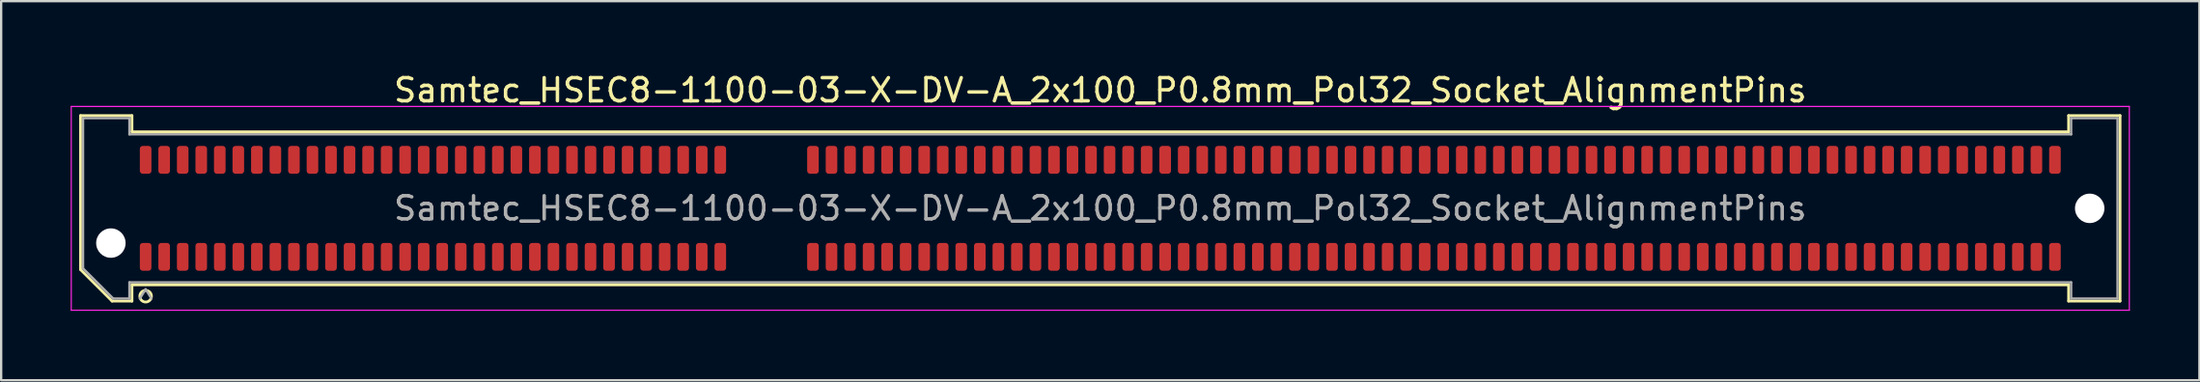
<source format=kicad_pcb>
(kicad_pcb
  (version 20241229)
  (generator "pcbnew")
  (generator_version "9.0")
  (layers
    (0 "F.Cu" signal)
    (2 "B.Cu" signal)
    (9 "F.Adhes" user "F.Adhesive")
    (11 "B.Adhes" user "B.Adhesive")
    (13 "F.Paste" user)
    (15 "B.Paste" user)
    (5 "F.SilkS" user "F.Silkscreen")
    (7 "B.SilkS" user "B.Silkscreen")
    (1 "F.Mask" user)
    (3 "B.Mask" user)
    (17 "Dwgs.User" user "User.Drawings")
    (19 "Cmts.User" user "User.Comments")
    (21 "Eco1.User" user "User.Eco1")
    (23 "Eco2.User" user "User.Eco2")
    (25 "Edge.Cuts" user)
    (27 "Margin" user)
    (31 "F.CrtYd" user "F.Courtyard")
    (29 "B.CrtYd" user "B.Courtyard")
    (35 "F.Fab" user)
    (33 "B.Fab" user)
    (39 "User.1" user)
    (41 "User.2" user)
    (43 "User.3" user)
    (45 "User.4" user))
  (footprint "Samtec_HSEC8-1100-03-X-DV-A_2x100_P0.8mm_Pol32_Socket_AlignmentPins"
    (layer "F.Cu")
    (at 44.435 5.948)
    (property "Reference" "Samtec_HSEC8-1100-03-X-DV-A_2x100_P0.8mm_Pol32_Socket_AlignmentPins" (at 0 -5.1 0) (layer "F.SilkS") (effects (font (size 1 1) (thickness 0.15))))
    (attr smd)
    (fp_line (start -44.01 -4.005) (end -41.79 -4.005) (stroke (width 0.12) (type solid)) (layer "F.SilkS"))
    (fp_line (start -44.01 2.641) (end -44.01 -4.005) (stroke (width 0.12) (type solid)) (layer "F.SilkS"))
    (fp_line (start -42.646 4.005) (end -44.01 2.641) (stroke (width 0.12) (type solid)) (layer "F.SilkS"))
    (fp_line (start -41.79 -4.005) (end -41.79 -3.305) (stroke (width 0.12) (type solid)) (layer "F.SilkS"))
    (fp_line (start -41.79 -3.305) (end 41.79 -3.305) (stroke (width 0.12) (type solid)) (layer "F.SilkS"))
    (fp_line (start -41.79 3.305) (end -41.79 4.005) (stroke (width 0.12) (type solid)) (layer "F.SilkS"))
    (fp_line (start -41.79 4.005) (end -42.646 4.005) (stroke (width 0.12) (type solid)) (layer "F.SilkS"))
    (fp_line (start 41.79 -4.005) (end 44.01 -4.005) (stroke (width 0.12) (type solid)) (layer "F.SilkS"))
    (fp_line (start 41.79 -3.305) (end 41.79 -4.005) (stroke (width 0.12) (type solid)) (layer "F.SilkS"))
    (fp_line (start 41.79 3.305) (end -41.79 3.305) (stroke (width 0.12) (type solid)) (layer "F.SilkS"))
    (fp_line (start 41.79 4.005) (end 41.79 3.305) (stroke (width 0.12) (type solid)) (layer "F.SilkS"))
    (fp_line (start 44.01 -4.005) (end 44.01 4.005) (stroke (width 0.12) (type solid)) (layer "F.SilkS"))
    (fp_line (start 44.01 4.005) (end 41.79 4.005) (stroke (width 0.12) (type solid)) (layer "F.SilkS"))
    (fp_arc (start -40.95 3.795) (mid -41.45 3.795) (end -40.95 3.795) (stroke (width 0.12) (type solid)) (layer "F.SilkS"))
    (fp_line (start -44.41 -4.4) (end -44.41 4.4) (stroke (width 0.05) (type solid)) (layer "F.CrtYd"))
    (fp_line (start -44.41 4.4) (end 44.41 4.4) (stroke (width 0.05) (type solid)) (layer "F.CrtYd"))
    (fp_line (start 44.41 -4.4) (end -44.41 -4.4) (stroke (width 0.05) (type solid)) (layer "F.CrtYd"))
    (fp_line (start 44.41 4.4) (end 44.41 -4.4) (stroke (width 0.05) (type solid)) (layer "F.CrtYd"))
    (fp_line (start -43.9 -3.895) (end -41.9 -3.895) (stroke (width 0.1) (type solid)) (layer "F.Fab"))
    (fp_line (start -43.9 2.595) (end -43.9 -3.895) (stroke (width 0.1) (type solid)) (layer "F.Fab"))
    (fp_line (start -42.6 3.895) (end -43.9 2.595) (stroke (width 0.1) (type solid)) (layer "F.Fab"))
    (fp_line (start -41.9 -3.895) (end -41.9 -3.195) (stroke (width 0.1) (type solid)) (layer "F.Fab"))
    (fp_line (start -41.9 -3.195) (end 41.9 -3.195) (stroke (width 0.1) (type solid)) (layer "F.Fab"))
    (fp_line (start -41.9 3.195) (end -41.9 3.895) (stroke (width 0.1) (type solid)) (layer "F.Fab"))
    (fp_line (start -41.9 3.895) (end -42.6 3.895) (stroke (width 0.1) (type solid)) (layer "F.Fab"))
    (fp_line (start -41.2 3.495) (end -41.45 3.895) (stroke (width 0.1) (type solid)) (layer "F.Fab"))
    (fp_line (start -41.2 3.495) (end -40.95 3.895) (stroke (width 0.1) (type solid)) (layer "F.Fab"))
    (fp_line (start 41.9 -3.895) (end 43.9 -3.895) (stroke (width 0.1) (type solid)) (layer "F.Fab"))
    (fp_line (start 41.9 -3.195) (end 41.9 -3.895) (stroke (width 0.1) (type solid)) (layer "F.Fab"))
    (fp_line (start 41.9 3.195) (end -41.9 3.195) (stroke (width 0.1) (type solid)) (layer "F.Fab"))
    (fp_line (start 41.9 3.895) (end 41.9 3.195) (stroke (width 0.1) (type solid)) (layer "F.Fab"))
    (fp_line (start 43.9 -3.895) (end 43.9 3.895) (stroke (width 0.1) (type solid)) (layer "F.Fab"))
    (fp_line (start 43.9 3.895) (end 41.9 3.895) (stroke (width 0.1) (type solid)) (layer "F.Fab"))
    (fp_text user "${REFERENCE}" (at 0 0 0) (layer "F.Fab") (effects (font (size 1 1) (thickness 0.15))))
    (pad "" np_thru_hole circle (at -42.7 1.5) (size 1.27 1.27) (drill 1.27) (layers "*.Cu" "*.Mask"))
    (pad "" np_thru_hole circle (at 42.7 0) (size 1.27 1.27) (drill 1.27) (layers "*.Cu" "*.Mask"))
    (pad "1" smd roundrect (at -41.2 2.095) (size 0.5 1.2) (layers "F.Cu" "F.Mask" "F.Paste") (roundrect_rratio 0.25))
    (pad "2" smd roundrect (at -41.2 -2.095) (size 0.5 1.2) (layers "F.Cu" "F.Mask" "F.Paste") (roundrect_rratio 0.25))
    (pad "3" smd roundrect (at -40.4 2.095) (size 0.5 1.2) (layers "F.Cu" "F.Mask" "F.Paste") (roundrect_rratio 0.25))
    (pad "4" smd roundrect (at -40.4 -2.095) (size 0.5 1.2) (layers "F.Cu" "F.Mask" "F.Paste") (roundrect_rratio 0.25))
    (pad "5" smd roundrect (at -39.6 2.095) (size 0.5 1.2) (layers "F.Cu" "F.Mask" "F.Paste") (roundrect_rratio 0.25))
    (pad "6" smd roundrect (at -39.6 -2.095) (size 0.5 1.2) (layers "F.Cu" "F.Mask" "F.Paste") (roundrect_rratio 0.25))
    (pad "7" smd roundrect (at -38.8 2.095) (size 0.5 1.2) (layers "F.Cu" "F.Mask" "F.Paste") (roundrect_rratio 0.25))
    (pad "8" smd roundrect (at -38.8 -2.095) (size 0.5 1.2) (layers "F.Cu" "F.Mask" "F.Paste") (roundrect_rratio 0.25))
    (pad "9" smd roundrect (at -38 2.095) (size 0.5 1.2) (layers "F.Cu" "F.Mask" "F.Paste") (roundrect_rratio 0.25))
    (pad "10" smd roundrect (at -38 -2.095) (size 0.5 1.2) (layers "F.Cu" "F.Mask" "F.Paste") (roundrect_rratio 0.25))
    (pad "11" smd roundrect (at -37.2 2.095) (size 0.5 1.2) (layers "F.Cu" "F.Mask" "F.Paste") (roundrect_rratio 0.25))
    (pad "12" smd roundrect (at -37.2 -2.095) (size 0.5 1.2) (layers "F.Cu" "F.Mask" "F.Paste") (roundrect_rratio 0.25))
    (pad "13" smd roundrect (at -36.4 2.095) (size 0.5 1.2) (layers "F.Cu" "F.Mask" "F.Paste") (roundrect_rratio 0.25))
    (pad "14" smd roundrect (at -36.4 -2.095) (size 0.5 1.2) (layers "F.Cu" "F.Mask" "F.Paste") (roundrect_rratio 0.25))
    (pad "15" smd roundrect (at -35.6 2.095) (size 0.5 1.2) (layers "F.Cu" "F.Mask" "F.Paste") (roundrect_rratio 0.25))
    (pad "16" smd roundrect (at -35.6 -2.095) (size 0.5 1.2) (layers "F.Cu" "F.Mask" "F.Paste") (roundrect_rratio 0.25))
    (pad "17" smd roundrect (at -34.8 2.095) (size 0.5 1.2) (layers "F.Cu" "F.Mask" "F.Paste") (roundrect_rratio 0.25))
    (pad "18" smd roundrect (at -34.8 -2.095) (size 0.5 1.2) (layers "F.Cu" "F.Mask" "F.Paste") (roundrect_rratio 0.25))
    (pad "19" smd roundrect (at -34 2.095) (size 0.5 1.2) (layers "F.Cu" "F.Mask" "F.Paste") (roundrect_rratio 0.25))
    (pad "20" smd roundrect (at -34 -2.095) (size 0.5 1.2) (layers "F.Cu" "F.Mask" "F.Paste") (roundrect_rratio 0.25))
    (pad "21" smd roundrect (at -33.2 2.095) (size 0.5 1.2) (layers "F.Cu" "F.Mask" "F.Paste") (roundrect_rratio 0.25))
    (pad "22" smd roundrect (at -33.2 -2.095) (size 0.5 1.2) (layers "F.Cu" "F.Mask" "F.Paste") (roundrect_rratio 0.25))
    (pad "23" smd roundrect (at -32.4 2.095) (size 0.5 1.2) (layers "F.Cu" "F.Mask" "F.Paste") (roundrect_rratio 0.25))
    (pad "24" smd roundrect (at -32.4 -2.095) (size 0.5 1.2) (layers "F.Cu" "F.Mask" "F.Paste") (roundrect_rratio 0.25))
    (pad "25" smd roundrect (at -31.6 2.095) (size 0.5 1.2) (layers "F.Cu" "F.Mask" "F.Paste") (roundrect_rratio 0.25))
    (pad "26" smd roundrect (at -31.6 -2.095) (size 0.5 1.2) (layers "F.Cu" "F.Mask" "F.Paste") (roundrect_rratio 0.25))
    (pad "27" smd roundrect (at -30.8 2.095) (size 0.5 1.2) (layers "F.Cu" "F.Mask" "F.Paste") (roundrect_rratio 0.25))
    (pad "28" smd roundrect (at -30.8 -2.095) (size 0.5 1.2) (layers "F.Cu" "F.Mask" "F.Paste") (roundrect_rratio 0.25))
    (pad "29" smd roundrect (at -30 2.095) (size 0.5 1.2) (layers "F.Cu" "F.Mask" "F.Paste") (roundrect_rratio 0.25))
    (pad "30" smd roundrect (at -30 -2.095) (size 0.5 1.2) (layers "F.Cu" "F.Mask" "F.Paste") (roundrect_rratio 0.25))
    (pad "31" smd roundrect (at -29.2 2.095) (size 0.5 1.2) (layers "F.Cu" "F.Mask" "F.Paste") (roundrect_rratio 0.25))
    (pad "32" smd roundrect (at -29.2 -2.095) (size 0.5 1.2) (layers "F.Cu" "F.Mask" "F.Paste") (roundrect_rratio 0.25))
    (pad "33" smd roundrect (at -28.4 2.095) (size 0.5 1.2) (layers "F.Cu" "F.Mask" "F.Paste") (roundrect_rratio 0.25))
    (pad "34" smd roundrect (at -28.4 -2.095) (size 0.5 1.2) (layers "F.Cu" "F.Mask" "F.Paste") (roundrect_rratio 0.25))
    (pad "35" smd roundrect (at -27.6 2.095) (size 0.5 1.2) (layers "F.Cu" "F.Mask" "F.Paste") (roundrect_rratio 0.25))
    (pad "36" smd roundrect (at -27.6 -2.095) (size 0.5 1.2) (layers "F.Cu" "F.Mask" "F.Paste") (roundrect_rratio 0.25))
    (pad "37" smd roundrect (at -26.8 2.095) (size 0.5 1.2) (layers "F.Cu" "F.Mask" "F.Paste") (roundrect_rratio 0.25))
    (pad "38" smd roundrect (at -26.8 -2.095) (size 0.5 1.2) (layers "F.Cu" "F.Mask" "F.Paste") (roundrect_rratio 0.25))
    (pad "39" smd roundrect (at -26 2.095) (size 0.5 1.2) (layers "F.Cu" "F.Mask" "F.Paste") (roundrect_rratio 0.25))
    (pad "40" smd roundrect (at -26 -2.095) (size 0.5 1.2) (layers "F.Cu" "F.Mask" "F.Paste") (roundrect_rratio 0.25))
    (pad "41" smd roundrect (at -25.2 2.095) (size 0.5 1.2) (layers "F.Cu" "F.Mask" "F.Paste") (roundrect_rratio 0.25))
    (pad "42" smd roundrect (at -25.2 -2.095) (size 0.5 1.2) (layers "F.Cu" "F.Mask" "F.Paste") (roundrect_rratio 0.25))
    (pad "43" smd roundrect (at -24.4 2.095) (size 0.5 1.2) (layers "F.Cu" "F.Mask" "F.Paste") (roundrect_rratio 0.25))
    (pad "44" smd roundrect (at -24.4 -2.095) (size 0.5 1.2) (layers "F.Cu" "F.Mask" "F.Paste") (roundrect_rratio 0.25))
    (pad "45" smd roundrect (at -23.6 2.095) (size 0.5 1.2) (layers "F.Cu" "F.Mask" "F.Paste") (roundrect_rratio 0.25))
    (pad "46" smd roundrect (at -23.6 -2.095) (size 0.5 1.2) (layers "F.Cu" "F.Mask" "F.Paste") (roundrect_rratio 0.25))
    (pad "47" smd roundrect (at -22.8 2.095) (size 0.5 1.2) (layers "F.Cu" "F.Mask" "F.Paste") (roundrect_rratio 0.25))
    (pad "48" smd roundrect (at -22.8 -2.095) (size 0.5 1.2) (layers "F.Cu" "F.Mask" "F.Paste") (roundrect_rratio 0.25))
    (pad "49" smd roundrect (at -22 2.095) (size 0.5 1.2) (layers "F.Cu" "F.Mask" "F.Paste") (roundrect_rratio 0.25))
    (pad "50" smd roundrect (at -22 -2.095) (size 0.5 1.2) (layers "F.Cu" "F.Mask" "F.Paste") (roundrect_rratio 0.25))
    (pad "51" smd roundrect (at -21.2 2.095) (size 0.5 1.2) (layers "F.Cu" "F.Mask" "F.Paste") (roundrect_rratio 0.25))
    (pad "52" smd roundrect (at -21.2 -2.095) (size 0.5 1.2) (layers "F.Cu" "F.Mask" "F.Paste") (roundrect_rratio 0.25))
    (pad "53" smd roundrect (at -20.4 2.095) (size 0.5 1.2) (layers "F.Cu" "F.Mask" "F.Paste") (roundrect_rratio 0.25))
    (pad "54" smd roundrect (at -20.4 -2.095) (size 0.5 1.2) (layers "F.Cu" "F.Mask" "F.Paste") (roundrect_rratio 0.25))
    (pad "55" smd roundrect (at -19.6 2.095) (size 0.5 1.2) (layers "F.Cu" "F.Mask" "F.Paste") (roundrect_rratio 0.25))
    (pad "56" smd roundrect (at -19.6 -2.095) (size 0.5 1.2) (layers "F.Cu" "F.Mask" "F.Paste") (roundrect_rratio 0.25))
    (pad "57" smd roundrect (at -18.8 2.095) (size 0.5 1.2) (layers "F.Cu" "F.Mask" "F.Paste") (roundrect_rratio 0.25))
    (pad "58" smd roundrect (at -18.8 -2.095) (size 0.5 1.2) (layers "F.Cu" "F.Mask" "F.Paste") (roundrect_rratio 0.25))
    (pad "59" smd roundrect (at -18 2.095) (size 0.5 1.2) (layers "F.Cu" "F.Mask" "F.Paste") (roundrect_rratio 0.25))
    (pad "60" smd roundrect (at -18 -2.095) (size 0.5 1.2) (layers "F.Cu" "F.Mask" "F.Paste") (roundrect_rratio 0.25))
    (pad "61" smd roundrect (at -17.2 2.095) (size 0.5 1.2) (layers "F.Cu" "F.Mask" "F.Paste") (roundrect_rratio 0.25))
    (pad "62" smd roundrect (at -17.2 -2.095) (size 0.5 1.2) (layers "F.Cu" "F.Mask" "F.Paste") (roundrect_rratio 0.25))
    (pad "63" smd roundrect (at -16.4 2.095) (size 0.5 1.2) (layers "F.Cu" "F.Mask" "F.Paste") (roundrect_rratio 0.25))
    (pad "64" smd roundrect (at -16.4 -2.095) (size 0.5 1.2) (layers "F.Cu" "F.Mask" "F.Paste") (roundrect_rratio 0.25))
    (pad "65" smd roundrect (at -12.4 2.095) (size 0.5 1.2) (layers "F.Cu" "F.Mask" "F.Paste") (roundrect_rratio 0.25))
    (pad "66" smd roundrect (at -12.4 -2.095) (size 0.5 1.2) (layers "F.Cu" "F.Mask" "F.Paste") (roundrect_rratio 0.25))
    (pad "67" smd roundrect (at -11.6 2.095) (size 0.5 1.2) (layers "F.Cu" "F.Mask" "F.Paste") (roundrect_rratio 0.25))
    (pad "68" smd roundrect (at -11.6 -2.095) (size 0.5 1.2) (layers "F.Cu" "F.Mask" "F.Paste") (roundrect_rratio 0.25))
    (pad "69" smd roundrect (at -10.8 2.095) (size 0.5 1.2) (layers "F.Cu" "F.Mask" "F.Paste") (roundrect_rratio 0.25))
    (pad "70" smd roundrect (at -10.8 -2.095) (size 0.5 1.2) (layers "F.Cu" "F.Mask" "F.Paste") (roundrect_rratio 0.25))
    (pad "71" smd roundrect (at -10 2.095) (size 0.5 1.2) (layers "F.Cu" "F.Mask" "F.Paste") (roundrect_rratio 0.25))
    (pad "72" smd roundrect (at -10 -2.095) (size 0.5 1.2) (layers "F.Cu" "F.Mask" "F.Paste") (roundrect_rratio 0.25))
    (pad "73" smd roundrect (at -9.2 2.095) (size 0.5 1.2) (layers "F.Cu" "F.Mask" "F.Paste") (roundrect_rratio 0.25))
    (pad "74" smd roundrect (at -9.2 -2.095) (size 0.5 1.2) (layers "F.Cu" "F.Mask" "F.Paste") (roundrect_rratio 0.25))
    (pad "75" smd roundrect (at -8.4 2.095) (size 0.5 1.2) (layers "F.Cu" "F.Mask" "F.Paste") (roundrect_rratio 0.25))
    (pad "76" smd roundrect (at -8.4 -2.095) (size 0.5 1.2) (layers "F.Cu" "F.Mask" "F.Paste") (roundrect_rratio 0.25))
    (pad "77" smd roundrect (at -7.6 2.095) (size 0.5 1.2) (layers "F.Cu" "F.Mask" "F.Paste") (roundrect_rratio 0.25))
    (pad "78" smd roundrect (at -7.6 -2.095) (size 0.5 1.2) (layers "F.Cu" "F.Mask" "F.Paste") (roundrect_rratio 0.25))
    (pad "79" smd roundrect (at -6.8 2.095) (size 0.5 1.2) (layers "F.Cu" "F.Mask" "F.Paste") (roundrect_rratio 0.25))
    (pad "80" smd roundrect (at -6.8 -2.095) (size 0.5 1.2) (layers "F.Cu" "F.Mask" "F.Paste") (roundrect_rratio 0.25))
    (pad "81" smd roundrect (at -6 2.095) (size 0.5 1.2) (layers "F.Cu" "F.Mask" "F.Paste") (roundrect_rratio 0.25))
    (pad "82" smd roundrect (at -6 -2.095) (size 0.5 1.2) (layers "F.Cu" "F.Mask" "F.Paste") (roundrect_rratio 0.25))
    (pad "83" smd roundrect (at -5.2 2.095) (size 0.5 1.2) (layers "F.Cu" "F.Mask" "F.Paste") (roundrect_rratio 0.25))
    (pad "84" smd roundrect (at -5.2 -2.095) (size 0.5 1.2) (layers "F.Cu" "F.Mask" "F.Paste") (roundrect_rratio 0.25))
    (pad "85" smd roundrect (at -4.4 2.095) (size 0.5 1.2) (layers "F.Cu" "F.Mask" "F.Paste") (roundrect_rratio 0.25))
    (pad "86" smd roundrect (at -4.4 -2.095) (size 0.5 1.2) (layers "F.Cu" "F.Mask" "F.Paste") (roundrect_rratio 0.25))
    (pad "87" smd roundrect (at -3.6 2.095) (size 0.5 1.2) (layers "F.Cu" "F.Mask" "F.Paste") (roundrect_rratio 0.25))
    (pad "88" smd roundrect (at -3.6 -2.095) (size 0.5 1.2) (layers "F.Cu" "F.Mask" "F.Paste") (roundrect_rratio 0.25))
    (pad "89" smd roundrect (at -2.8 2.095) (size 0.5 1.2) (layers "F.Cu" "F.Mask" "F.Paste") (roundrect_rratio 0.25))
    (pad "90" smd roundrect (at -2.8 -2.095) (size 0.5 1.2) (layers "F.Cu" "F.Mask" "F.Paste") (roundrect_rratio 0.25))
    (pad "91" smd roundrect (at -2 2.095) (size 0.5 1.2) (layers "F.Cu" "F.Mask" "F.Paste") (roundrect_rratio 0.25))
    (pad "92" smd roundrect (at -2 -2.095) (size 0.5 1.2) (layers "F.Cu" "F.Mask" "F.Paste") (roundrect_rratio 0.25))
    (pad "93" smd roundrect (at -1.2 2.095) (size 0.5 1.2) (layers "F.Cu" "F.Mask" "F.Paste") (roundrect_rratio 0.25))
    (pad "94" smd roundrect (at -1.2 -2.095) (size 0.5 1.2) (layers "F.Cu" "F.Mask" "F.Paste") (roundrect_rratio 0.25))
    (pad "95" smd roundrect (at -0.4 2.095) (size 0.5 1.2) (layers "F.Cu" "F.Mask" "F.Paste") (roundrect_rratio 0.25))
    (pad "96" smd roundrect (at -0.4 -2.095) (size 0.5 1.2) (layers "F.Cu" "F.Mask" "F.Paste") (roundrect_rratio 0.25))
    (pad "97" smd roundrect (at 0.4 2.095) (size 0.5 1.2) (layers "F.Cu" "F.Mask" "F.Paste") (roundrect_rratio 0.25))
    (pad "98" smd roundrect (at 0.4 -2.095) (size 0.5 1.2) (layers "F.Cu" "F.Mask" "F.Paste") (roundrect_rratio 0.25))
    (pad "99" smd roundrect (at 1.2 2.095) (size 0.5 1.2) (layers "F.Cu" "F.Mask" "F.Paste") (roundrect_rratio 0.25))
    (pad "100" smd roundrect (at 1.2 -2.095) (size 0.5 1.2) (layers "F.Cu" "F.Mask" "F.Paste") (roundrect_rratio 0.25))
    (pad "101" smd roundrect (at 2 2.095) (size 0.5 1.2) (layers "F.Cu" "F.Mask" "F.Paste") (roundrect_rratio 0.25))
    (pad "102" smd roundrect (at 2 -2.095) (size 0.5 1.2) (layers "F.Cu" "F.Mask" "F.Paste") (roundrect_rratio 0.25))
    (pad "103" smd roundrect (at 2.8 2.095) (size 0.5 1.2) (layers "F.Cu" "F.Mask" "F.Paste") (roundrect_rratio 0.25))
    (pad "104" smd roundrect (at 2.8 -2.095) (size 0.5 1.2) (layers "F.Cu" "F.Mask" "F.Paste") (roundrect_rratio 0.25))
    (pad "105" smd roundrect (at 3.6 2.095) (size 0.5 1.2) (layers "F.Cu" "F.Mask" "F.Paste") (roundrect_rratio 0.25))
    (pad "106" smd roundrect (at 3.6 -2.095) (size 0.5 1.2) (layers "F.Cu" "F.Mask" "F.Paste") (roundrect_rratio 0.25))
    (pad "107" smd roundrect (at 4.4 2.095) (size 0.5 1.2) (layers "F.Cu" "F.Mask" "F.Paste") (roundrect_rratio 0.25))
    (pad "108" smd roundrect (at 4.4 -2.095) (size 0.5 1.2) (layers "F.Cu" "F.Mask" "F.Paste") (roundrect_rratio 0.25))
    (pad "109" smd roundrect (at 5.2 2.095) (size 0.5 1.2) (layers "F.Cu" "F.Mask" "F.Paste") (roundrect_rratio 0.25))
    (pad "110" smd roundrect (at 5.2 -2.095) (size 0.5 1.2) (layers "F.Cu" "F.Mask" "F.Paste") (roundrect_rratio 0.25))
    (pad "111" smd roundrect (at 6 2.095) (size 0.5 1.2) (layers "F.Cu" "F.Mask" "F.Paste") (roundrect_rratio 0.25))
    (pad "112" smd roundrect (at 6 -2.095) (size 0.5 1.2) (layers "F.Cu" "F.Mask" "F.Paste") (roundrect_rratio 0.25))
    (pad "113" smd roundrect (at 6.8 2.095) (size 0.5 1.2) (layers "F.Cu" "F.Mask" "F.Paste") (roundrect_rratio 0.25))
    (pad "114" smd roundrect (at 6.8 -2.095) (size 0.5 1.2) (layers "F.Cu" "F.Mask" "F.Paste") (roundrect_rratio 0.25))
    (pad "115" smd roundrect (at 7.6 2.095) (size 0.5 1.2) (layers "F.Cu" "F.Mask" "F.Paste") (roundrect_rratio 0.25))
    (pad "116" smd roundrect (at 7.6 -2.095) (size 0.5 1.2) (layers "F.Cu" "F.Mask" "F.Paste") (roundrect_rratio 0.25))
    (pad "117" smd roundrect (at 8.4 2.095) (size 0.5 1.2) (layers "F.Cu" "F.Mask" "F.Paste") (roundrect_rratio 0.25))
    (pad "118" smd roundrect (at 8.4 -2.095) (size 0.5 1.2) (layers "F.Cu" "F.Mask" "F.Paste") (roundrect_rratio 0.25))
    (pad "119" smd roundrect (at 9.2 2.095) (size 0.5 1.2) (layers "F.Cu" "F.Mask" "F.Paste") (roundrect_rratio 0.25))
    (pad "120" smd roundrect (at 9.2 -2.095) (size 0.5 1.2) (layers "F.Cu" "F.Mask" "F.Paste") (roundrect_rratio 0.25))
    (pad "121" smd roundrect (at 10 2.095) (size 0.5 1.2) (layers "F.Cu" "F.Mask" "F.Paste") (roundrect_rratio 0.25))
    (pad "122" smd roundrect (at 10 -2.095) (size 0.5 1.2) (layers "F.Cu" "F.Mask" "F.Paste") (roundrect_rratio 0.25))
    (pad "123" smd roundrect (at 10.8 2.095) (size 0.5 1.2) (layers "F.Cu" "F.Mask" "F.Paste") (roundrect_rratio 0.25))
    (pad "124" smd roundrect (at 10.8 -2.095) (size 0.5 1.2) (layers "F.Cu" "F.Mask" "F.Paste") (roundrect_rratio 0.25))
    (pad "125" smd roundrect (at 11.6 2.095) (size 0.5 1.2) (layers "F.Cu" "F.Mask" "F.Paste") (roundrect_rratio 0.25))
    (pad "126" smd roundrect (at 11.6 -2.095) (size 0.5 1.2) (layers "F.Cu" "F.Mask" "F.Paste") (roundrect_rratio 0.25))
    (pad "127" smd roundrect (at 12.4 2.095) (size 0.5 1.2) (layers "F.Cu" "F.Mask" "F.Paste") (roundrect_rratio 0.25))
    (pad "128" smd roundrect (at 12.4 -2.095) (size 0.5 1.2) (layers "F.Cu" "F.Mask" "F.Paste") (roundrect_rratio 0.25))
    (pad "129" smd roundrect (at 13.2 2.095) (size 0.5 1.2) (layers "F.Cu" "F.Mask" "F.Paste") (roundrect_rratio 0.25))
    (pad "130" smd roundrect (at 13.2 -2.095) (size 0.5 1.2) (layers "F.Cu" "F.Mask" "F.Paste") (roundrect_rratio 0.25))
    (pad "131" smd roundrect (at 14 2.095) (size 0.5 1.2) (layers "F.Cu" "F.Mask" "F.Paste") (roundrect_rratio 0.25))
    (pad "132" smd roundrect (at 14 -2.095) (size 0.5 1.2) (layers "F.Cu" "F.Mask" "F.Paste") (roundrect_rratio 0.25))
    (pad "133" smd roundrect (at 14.8 2.095) (size 0.5 1.2) (layers "F.Cu" "F.Mask" "F.Paste") (roundrect_rratio 0.25))
    (pad "134" smd roundrect (at 14.8 -2.095) (size 0.5 1.2) (layers "F.Cu" "F.Mask" "F.Paste") (roundrect_rratio 0.25))
    (pad "135" smd roundrect (at 15.6 2.095) (size 0.5 1.2) (layers "F.Cu" "F.Mask" "F.Paste") (roundrect_rratio 0.25))
    (pad "136" smd roundrect (at 15.6 -2.095) (size 0.5 1.2) (layers "F.Cu" "F.Mask" "F.Paste") (roundrect_rratio 0.25))
    (pad "137" smd roundrect (at 16.4 2.095) (size 0.5 1.2) (layers "F.Cu" "F.Mask" "F.Paste") (roundrect_rratio 0.25))
    (pad "138" smd roundrect (at 16.4 -2.095) (size 0.5 1.2) (layers "F.Cu" "F.Mask" "F.Paste") (roundrect_rratio 0.25))
    (pad "139" smd roundrect (at 17.2 2.095) (size 0.5 1.2) (layers "F.Cu" "F.Mask" "F.Paste") (roundrect_rratio 0.25))
    (pad "140" smd roundrect (at 17.2 -2.095) (size 0.5 1.2) (layers "F.Cu" "F.Mask" "F.Paste") (roundrect_rratio 0.25))
    (pad "141" smd roundrect (at 18 2.095) (size 0.5 1.2) (layers "F.Cu" "F.Mask" "F.Paste") (roundrect_rratio 0.25))
    (pad "142" smd roundrect (at 18 -2.095) (size 0.5 1.2) (layers "F.Cu" "F.Mask" "F.Paste") (roundrect_rratio 0.25))
    (pad "143" smd roundrect (at 18.8 2.095) (size 0.5 1.2) (layers "F.Cu" "F.Mask" "F.Paste") (roundrect_rratio 0.25))
    (pad "144" smd roundrect (at 18.8 -2.095) (size 0.5 1.2) (layers "F.Cu" "F.Mask" "F.Paste") (roundrect_rratio 0.25))
    (pad "145" smd roundrect (at 19.6 2.095) (size 0.5 1.2) (layers "F.Cu" "F.Mask" "F.Paste") (roundrect_rratio 0.25))
    (pad "146" smd roundrect (at 19.6 -2.095) (size 0.5 1.2) (layers "F.Cu" "F.Mask" "F.Paste") (roundrect_rratio 0.25))
    (pad "147" smd roundrect (at 20.4 2.095) (size 0.5 1.2) (layers "F.Cu" "F.Mask" "F.Paste") (roundrect_rratio 0.25))
    (pad "148" smd roundrect (at 20.4 -2.095) (size 0.5 1.2) (layers "F.Cu" "F.Mask" "F.Paste") (roundrect_rratio 0.25))
    (pad "149" smd roundrect (at 21.2 2.095) (size 0.5 1.2) (layers "F.Cu" "F.Mask" "F.Paste") (roundrect_rratio 0.25))
    (pad "150" smd roundrect (at 21.2 -2.095) (size 0.5 1.2) (layers "F.Cu" "F.Mask" "F.Paste") (roundrect_rratio 0.25))
    (pad "151" smd roundrect (at 22 2.095) (size 0.5 1.2) (layers "F.Cu" "F.Mask" "F.Paste") (roundrect_rratio 0.25))
    (pad "152" smd roundrect (at 22 -2.095) (size 0.5 1.2) (layers "F.Cu" "F.Mask" "F.Paste") (roundrect_rratio 0.25))
    (pad "153" smd roundrect (at 22.8 2.095) (size 0.5 1.2) (layers "F.Cu" "F.Mask" "F.Paste") (roundrect_rratio 0.25))
    (pad "154" smd roundrect (at 22.8 -2.095) (size 0.5 1.2) (layers "F.Cu" "F.Mask" "F.Paste") (roundrect_rratio 0.25))
    (pad "155" smd roundrect (at 23.6 2.095) (size 0.5 1.2) (layers "F.Cu" "F.Mask" "F.Paste") (roundrect_rratio 0.25))
    (pad "156" smd roundrect (at 23.6 -2.095) (size 0.5 1.2) (layers "F.Cu" "F.Mask" "F.Paste") (roundrect_rratio 0.25))
    (pad "157" smd roundrect (at 24.4 2.095) (size 0.5 1.2) (layers "F.Cu" "F.Mask" "F.Paste") (roundrect_rratio 0.25))
    (pad "158" smd roundrect (at 24.4 -2.095) (size 0.5 1.2) (layers "F.Cu" "F.Mask" "F.Paste") (roundrect_rratio 0.25))
    (pad "159" smd roundrect (at 25.2 2.095) (size 0.5 1.2) (layers "F.Cu" "F.Mask" "F.Paste") (roundrect_rratio 0.25))
    (pad "160" smd roundrect (at 25.2 -2.095) (size 0.5 1.2) (layers "F.Cu" "F.Mask" "F.Paste") (roundrect_rratio 0.25))
    (pad "161" smd roundrect (at 26 2.095) (size 0.5 1.2) (layers "F.Cu" "F.Mask" "F.Paste") (roundrect_rratio 0.25))
    (pad "162" smd roundrect (at 26 -2.095) (size 0.5 1.2) (layers "F.Cu" "F.Mask" "F.Paste") (roundrect_rratio 0.25))
    (pad "163" smd roundrect (at 26.8 2.095) (size 0.5 1.2) (layers "F.Cu" "F.Mask" "F.Paste") (roundrect_rratio 0.25))
    (pad "164" smd roundrect (at 26.8 -2.095) (size 0.5 1.2) (layers "F.Cu" "F.Mask" "F.Paste") (roundrect_rratio 0.25))
    (pad "165" smd roundrect (at 27.6 2.095) (size 0.5 1.2) (layers "F.Cu" "F.Mask" "F.Paste") (roundrect_rratio 0.25))
    (pad "166" smd roundrect (at 27.6 -2.095) (size 0.5 1.2) (layers "F.Cu" "F.Mask" "F.Paste") (roundrect_rratio 0.25))
    (pad "167" smd roundrect (at 28.4 2.095) (size 0.5 1.2) (layers "F.Cu" "F.Mask" "F.Paste") (roundrect_rratio 0.25))
    (pad "168" smd roundrect (at 28.4 -2.095) (size 0.5 1.2) (layers "F.Cu" "F.Mask" "F.Paste") (roundrect_rratio 0.25))
    (pad "169" smd roundrect (at 29.2 2.095) (size 0.5 1.2) (layers "F.Cu" "F.Mask" "F.Paste") (roundrect_rratio 0.25))
    (pad "170" smd roundrect (at 29.2 -2.095) (size 0.5 1.2) (layers "F.Cu" "F.Mask" "F.Paste") (roundrect_rratio 0.25))
    (pad "171" smd roundrect (at 30 2.095) (size 0.5 1.2) (layers "F.Cu" "F.Mask" "F.Paste") (roundrect_rratio 0.25))
    (pad "172" smd roundrect (at 30 -2.095) (size 0.5 1.2) (layers "F.Cu" "F.Mask" "F.Paste") (roundrect_rratio 0.25))
    (pad "173" smd roundrect (at 30.8 2.095) (size 0.5 1.2) (layers "F.Cu" "F.Mask" "F.Paste") (roundrect_rratio 0.25))
    (pad "174" smd roundrect (at 30.8 -2.095) (size 0.5 1.2) (layers "F.Cu" "F.Mask" "F.Paste") (roundrect_rratio 0.25))
    (pad "175" smd roundrect (at 31.6 2.095) (size 0.5 1.2) (layers "F.Cu" "F.Mask" "F.Paste") (roundrect_rratio 0.25))
    (pad "176" smd roundrect (at 31.6 -2.095) (size 0.5 1.2) (layers "F.Cu" "F.Mask" "F.Paste") (roundrect_rratio 0.25))
    (pad "177" smd roundrect (at 32.4 2.095) (size 0.5 1.2) (layers "F.Cu" "F.Mask" "F.Paste") (roundrect_rratio 0.25))
    (pad "178" smd roundrect (at 32.4 -2.095) (size 0.5 1.2) (layers "F.Cu" "F.Mask" "F.Paste") (roundrect_rratio 0.25))
    (pad "179" smd roundrect (at 33.2 2.095) (size 0.5 1.2) (layers "F.Cu" "F.Mask" "F.Paste") (roundrect_rratio 0.25))
    (pad "180" smd roundrect (at 33.2 -2.095) (size 0.5 1.2) (layers "F.Cu" "F.Mask" "F.Paste") (roundrect_rratio 0.25))
    (pad "181" smd roundrect (at 34 2.095) (size 0.5 1.2) (layers "F.Cu" "F.Mask" "F.Paste") (roundrect_rratio 0.25))
    (pad "182" smd roundrect (at 34 -2.095) (size 0.5 1.2) (layers "F.Cu" "F.Mask" "F.Paste") (roundrect_rratio 0.25))
    (pad "183" smd roundrect (at 34.8 2.095) (size 0.5 1.2) (layers "F.Cu" "F.Mask" "F.Paste") (roundrect_rratio 0.25))
    (pad "184" smd roundrect (at 34.8 -2.095) (size 0.5 1.2) (layers "F.Cu" "F.Mask" "F.Paste") (roundrect_rratio 0.25))
    (pad "185" smd roundrect (at 35.6 2.095) (size 0.5 1.2) (layers "F.Cu" "F.Mask" "F.Paste") (roundrect_rratio 0.25))
    (pad "186" smd roundrect (at 35.6 -2.095) (size 0.5 1.2) (layers "F.Cu" "F.Mask" "F.Paste") (roundrect_rratio 0.25))
    (pad "187" smd roundrect (at 36.4 2.095) (size 0.5 1.2) (layers "F.Cu" "F.Mask" "F.Paste") (roundrect_rratio 0.25))
    (pad "188" smd roundrect (at 36.4 -2.095) (size 0.5 1.2) (layers "F.Cu" "F.Mask" "F.Paste") (roundrect_rratio 0.25))
    (pad "189" smd roundrect (at 37.2 2.095) (size 0.5 1.2) (layers "F.Cu" "F.Mask" "F.Paste") (roundrect_rratio 0.25))
    (pad "190" smd roundrect (at 37.2 -2.095) (size 0.5 1.2) (layers "F.Cu" "F.Mask" "F.Paste") (roundrect_rratio 0.25))
    (pad "191" smd roundrect (at 38 2.095) (size 0.5 1.2) (layers "F.Cu" "F.Mask" "F.Paste") (roundrect_rratio 0.25))
    (pad "192" smd roundrect (at 38 -2.095) (size 0.5 1.2) (layers "F.Cu" "F.Mask" "F.Paste") (roundrect_rratio 0.25))
    (pad "193" smd roundrect (at 38.8 2.095) (size 0.5 1.2) (layers "F.Cu" "F.Mask" "F.Paste") (roundrect_rratio 0.25))
    (pad "194" smd roundrect (at 38.8 -2.095) (size 0.5 1.2) (layers "F.Cu" "F.Mask" "F.Paste") (roundrect_rratio 0.25))
    (pad "195" smd roundrect (at 39.6 2.095) (size 0.5 1.2) (layers "F.Cu" "F.Mask" "F.Paste") (roundrect_rratio 0.25))
    (pad "196" smd roundrect (at 39.6 -2.095) (size 0.5 1.2) (layers "F.Cu" "F.Mask" "F.Paste") (roundrect_rratio 0.25))
    (pad "197" smd roundrect (at 40.4 2.095) (size 0.5 1.2) (layers "F.Cu" "F.Mask" "F.Paste") (roundrect_rratio 0.25))
    (pad "198" smd roundrect (at 40.4 -2.095) (size 0.5 1.2) (layers "F.Cu" "F.Mask" "F.Paste") (roundrect_rratio 0.25))
    (pad "199" smd roundrect (at 41.2 2.095) (size 0.5 1.2) (layers "F.Cu" "F.Mask" "F.Paste") (roundrect_rratio 0.25))
    (pad "200" smd roundrect (at 41.2 -2.095) (size 0.5 1.2) (layers "F.Cu" "F.Mask" "F.Paste") (roundrect_rratio 0.25)))
  (gr_rect
    (start -3 -3)
    (end 91.87 13.373)
    (stroke (width 0.1) (type default))
    (fill no)
    (layer "Edge.Cuts")))
</source>
